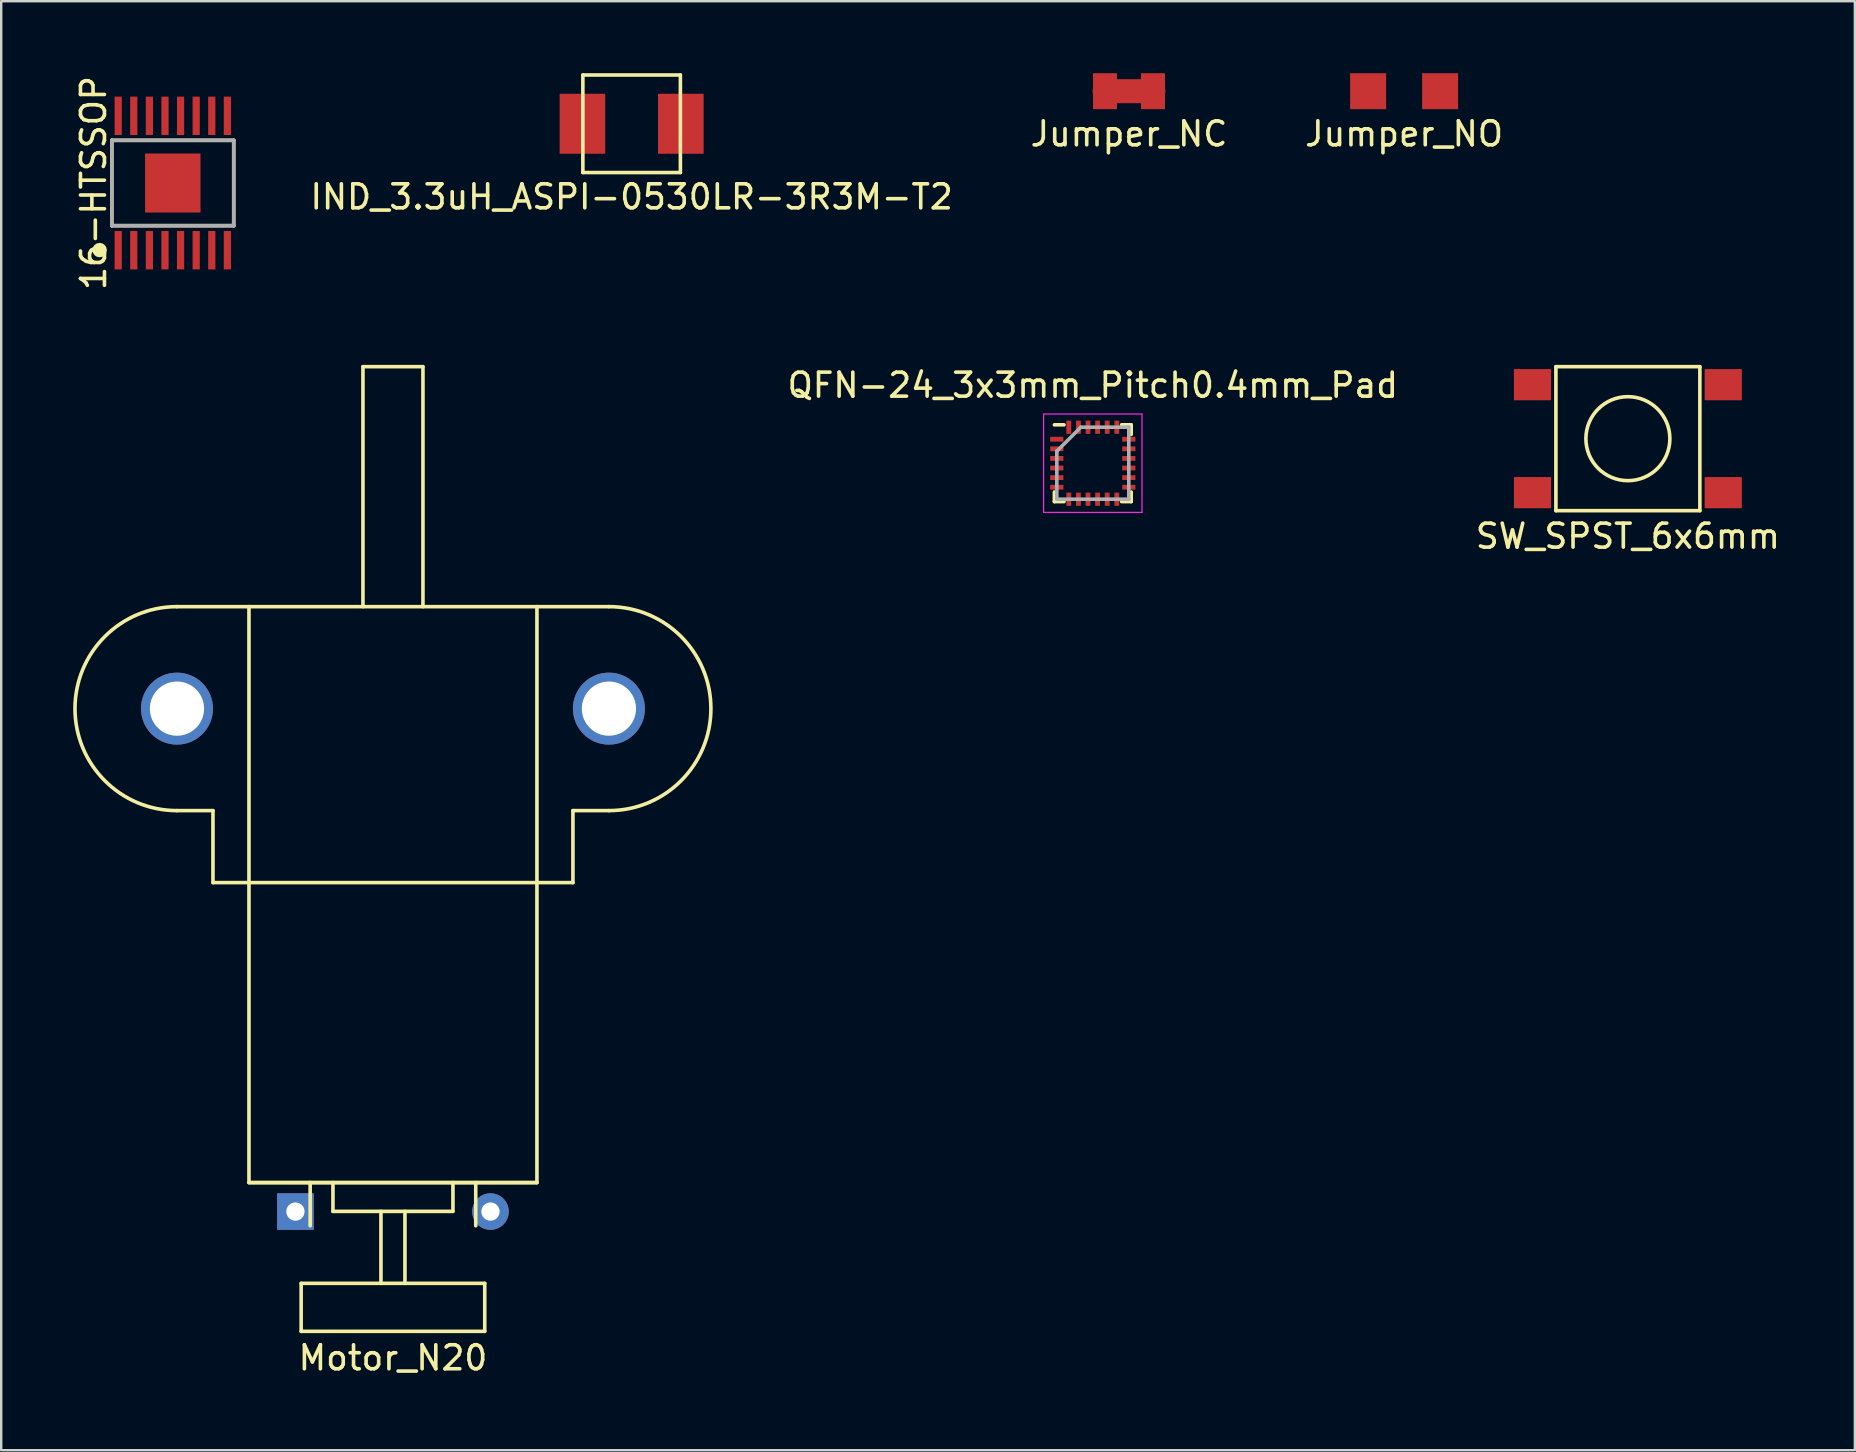
<source format=kicad_pcb>
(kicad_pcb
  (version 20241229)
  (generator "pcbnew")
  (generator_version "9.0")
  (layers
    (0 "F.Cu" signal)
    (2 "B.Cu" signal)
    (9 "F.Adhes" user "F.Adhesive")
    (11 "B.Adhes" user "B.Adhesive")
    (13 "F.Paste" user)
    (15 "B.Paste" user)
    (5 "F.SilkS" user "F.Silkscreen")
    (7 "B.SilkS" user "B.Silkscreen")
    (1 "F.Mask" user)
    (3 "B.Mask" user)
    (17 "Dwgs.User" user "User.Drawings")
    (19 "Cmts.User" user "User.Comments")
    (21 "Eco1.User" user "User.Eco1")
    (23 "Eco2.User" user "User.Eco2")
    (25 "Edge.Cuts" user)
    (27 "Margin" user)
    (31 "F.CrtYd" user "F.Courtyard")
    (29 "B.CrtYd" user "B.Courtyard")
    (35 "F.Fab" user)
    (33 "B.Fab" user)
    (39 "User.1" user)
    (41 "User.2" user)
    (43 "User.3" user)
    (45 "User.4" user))
  (footprint "SW_SPST_6x6mm"
    (layer "F.Cu")
    (at 64.787 15.23)
    (property "Reference" "SW_SPST_6x6mm" (at 0 4.064 0) (layer "F.SilkS") (effects (font (size 1 1) (thickness 0.15))))
    (attr through_hole)
    (fp_line (start -3 -3) (end -3 3) (stroke (width 0.15) (type solid)) (layer "F.SilkS"))
    (fp_line (start -3 -3) (end 3 -3) (stroke (width 0.15) (type solid)) (layer "F.SilkS"))
    (fp_line (start -3 3) (end 3 3) (stroke (width 0.15) (type solid)) (layer "F.SilkS"))
    (fp_line (start 3 -3) (end 3 3) (stroke (width 0.15) (type solid)) (layer "F.SilkS"))
    (fp_circle (center 0 0) (end 0 1.75) (stroke (width 0.15) (type solid)) (fill no) (layer "F.SilkS"))
    (pad "1" smd rect (at -3.975 -2.25) (size 1.55 1.3) (layers "F.Cu" "F.Mask" "F.Paste"))
    (pad "1" smd rect (at 3.975 -2.25) (size 1.55 1.3) (layers "F.Cu" "F.Mask" "F.Paste"))
    (pad "2" smd rect (at -3.975 2.25) (size 1.55 1.3) (layers "F.Cu" "F.Mask" "F.Paste"))
    (pad "2" smd rect (at 3.975 2.25) (size 1.55 1.3) (layers "F.Cu" "F.Mask" "F.Paste")))
  (footprint "Jumper_NO"
    (layer "F.Cu")
    (at 55.462 0.75)
    (property "Reference" "Jumper_NO" (at 0 1.778 0) (layer "F.SilkS") (effects (font (size 1 1) (thickness 0.15))))
    (attr through_hole)
    (fp_line (start -1.524 0) (end 1.524 0) (stroke (width 1.5) (type solid)) (layer "F.Mask"))
    (pad "1" smd rect (at -1.5 0) (size 1.5 1.5) (layers "F.Cu" "F.Mask" "F.Paste"))
    (pad "2" smd rect (at 1.5 0) (size 1.5 1.5) (layers "F.Cu" "F.Mask" "F.Paste")))
  (footprint "16-HTSSOP"
    (layer "F.Cu")
    (at 4.15 4.577)
    (property "Reference" "16-HTSSOP" (at -3.302 0 90) (layer "F.SilkS") (effects (font (size 1 1) (thickness 0.15))))
    (attr through_hole)
    (fp_line (start -2.54 -1.778) (end -2.54 1.778) (stroke (width 0.15) (type solid)) (layer "F.SilkS"))
    (fp_line (start -2.54 1.778) (end 2.54 1.778) (stroke (width 0.15) (type solid)) (layer "F.SilkS"))
    (fp_line (start 2.54 -1.778) (end -2.54 -1.778) (stroke (width 0.15) (type solid)) (layer "F.SilkS"))
    (fp_line (start 2.54 1.778) (end 2.54 -1.778) (stroke (width 0.15) (type solid)) (layer "F.SilkS"))
    (fp_circle (center -3.048 2.794) (end -2.897 2.794) (stroke (width 0.3) (type solid)) (fill no) (layer "F.SilkS"))
    (fp_line (start -2.54 -1.778) (end -2.54 1.778) (stroke (width 0.15) (type solid)) (layer "F.Fab"))
    (fp_line (start -2.54 1.778) (end 2.54 1.778) (stroke (width 0.15) (type solid)) (layer "F.Fab"))
    (fp_line (start 2.54 -1.778) (end -2.54 -1.778) (stroke (width 0.15) (type solid)) (layer "F.Fab"))
    (fp_line (start 2.54 1.778) (end 2.54 -1.778) (stroke (width 0.15) (type solid)) (layer "F.Fab"))
    (pad "1" smd rect (at -2.275 2.8) (size 0.3 1.6) (layers "F.Cu" "F.Mask" "F.Paste"))
    (pad "2" smd rect (at -1.625 2.8) (size 0.3 1.6) (layers "F.Cu" "F.Mask" "F.Paste"))
    (pad "3" smd rect (at -0.975 2.8) (size 0.3 1.6) (layers "F.Cu" "F.Mask" "F.Paste"))
    (pad "4" smd rect (at -0.325 2.8) (size 0.3 1.6) (layers "F.Cu" "F.Mask" "F.Paste"))
    (pad "5" smd rect (at 0.325 2.8) (size 0.3 1.6) (layers "F.Cu" "F.Mask" "F.Paste"))
    (pad "6" smd rect (at 0.975 2.8) (size 0.3 1.6) (layers "F.Cu" "F.Mask" "F.Paste"))
    (pad "7" smd rect (at 1.625 2.8) (size 0.3 1.6) (layers "F.Cu" "F.Mask" "F.Paste"))
    (pad "8" smd rect (at 2.275 2.8) (size 0.3 1.6) (layers "F.Cu" "F.Mask" "F.Paste"))
    (pad "9" smd rect (at 2.275 -2.8) (size 0.3 1.6) (layers "F.Cu" "F.Mask" "F.Paste"))
    (pad "10" smd rect (at 1.625 -2.8) (size 0.3 1.6) (layers "F.Cu" "F.Mask" "F.Paste"))
    (pad "11" smd rect (at 0.975 -2.8) (size 0.3 1.6) (layers "F.Cu" "F.Mask" "F.Paste"))
    (pad "12" smd rect (at 0.325 -2.8) (size 0.3 1.6) (layers "F.Cu" "F.Mask" "F.Paste"))
    (pad "13" smd rect (at -0.325 -2.8) (size 0.3 1.6) (layers "F.Cu" "F.Mask" "F.Paste"))
    (pad "14" smd rect (at -0.975 -2.8) (size 0.3 1.6) (layers "F.Cu" "F.Mask" "F.Paste"))
    (pad "15" smd rect (at -1.625 -2.8) (size 0.3 1.6) (layers "F.Cu" "F.Mask" "F.Paste"))
    (pad "16" smd rect (at -2.275 -2.8) (size 0.3 1.6) (layers "F.Cu" "F.Mask" "F.Paste"))
    (pad "17" smd rect (at 0 0) (size 2.31 2.46) (layers "F.Cu" "F.Mask" "F.Paste")))
  (footprint "Motor_N20"
    (layer "F.Cu")
    (at 13.325 34.23)
    (property "Reference" "Motor_N20" (at 0 19.304 0) (layer "F.SilkS") (effects (font (size 1 1) (thickness 0.15))))
    (attr through_hole)
    (fp_line (start -7.5 -3.5) (end -9 -3.5) (stroke (width 0.15) (type solid)) (layer "F.SilkS"))
    (fp_line (start -7.5 -3.5) (end -7.5 -0.5) (stroke (width 0.15) (type solid)) (layer "F.SilkS"))
    (fp_line (start -7.5 -0.5) (end 7.5 -0.5) (stroke (width 0.15) (type solid)) (layer "F.SilkS"))
    (fp_line (start -6 12) (end -6 -12) (stroke (width 0.15) (type solid)) (layer "F.SilkS"))
    (fp_line (start -3.825 16.2) (end -3.825 18.2) (stroke (width 0.15) (type solid)) (layer "F.SilkS"))
    (fp_line (start -3.825 16.2) (end 3.825 16.2) (stroke (width 0.15) (type solid)) (layer "F.SilkS"))
    (fp_line (start -3.825 18.2) (end 3.825 18.2) (stroke (width 0.15) (type solid)) (layer "F.SilkS"))
    (fp_line (start -3.45 12) (end -3.45 13.8) (stroke (width 0.15) (type solid)) (layer "F.SilkS"))
    (fp_line (start -2.5 12) (end -2.5 13.2) (stroke (width 0.15) (type solid)) (layer "F.SilkS"))
    (fp_line (start -2.5 13.2) (end 2.5 13.2) (stroke (width 0.15) (type solid)) (layer "F.SilkS"))
    (fp_line (start -1.25 -12) (end -1.25 -22) (stroke (width 0.15) (type solid)) (layer "F.SilkS"))
    (fp_line (start -0.5 13.2) (end -0.5 16.2) (stroke (width 0.15) (type solid)) (layer "F.SilkS"))
    (fp_line (start 0.5 13.2) (end 0.5 16.2) (stroke (width 0.15) (type solid)) (layer "F.SilkS"))
    (fp_line (start 1.25 -22) (end -1.25 -22) (stroke (width 0.15) (type solid)) (layer "F.SilkS"))
    (fp_line (start 1.25 -12) (end 1.25 -22) (stroke (width 0.15) (type solid)) (layer "F.SilkS"))
    (fp_line (start 2.5 12) (end 2.5 13.2) (stroke (width 0.15) (type solid)) (layer "F.SilkS"))
    (fp_line (start 3.45 12) (end 3.45 13.8) (stroke (width 0.15) (type solid)) (layer "F.SilkS"))
    (fp_line (start 3.825 16.2) (end 3.825 18.2) (stroke (width 0.15) (type solid)) (layer "F.SilkS"))
    (fp_line (start 6 12) (end -6 12) (stroke (width 0.15) (type solid)) (layer "F.SilkS"))
    (fp_line (start 6 12) (end -6 12) (stroke (width 0.15) (type solid)) (layer "F.SilkS"))
    (fp_line (start 6 12) (end 6 -12) (stroke (width 0.15) (type solid)) (layer "F.SilkS"))
    (fp_line (start 7.5 -3.5) (end 7.5 -0.5) (stroke (width 0.15) (type solid)) (layer "F.SilkS"))
    (fp_line (start 7.5 -3.5) (end 9 -3.5) (stroke (width 0.15) (type solid)) (layer "F.SilkS"))
    (fp_line (start 9 -12) (end -9 -12) (stroke (width 0.15) (type solid)) (layer "F.SilkS"))
    (fp_arc (start -9 -3.5) (mid -13.25 -7.75) (end -9 -12) (stroke (width 0.15) (type solid)) (layer "F.SilkS"))
    (fp_arc (start 9 -12) (mid 13.25 -7.75) (end 9 -3.5) (stroke (width 0.15) (type solid)) (layer "F.SilkS"))
    (pad "1" thru_hole rect (at -4.064 13.208) (size 1.524 1.524) (drill 0.762) (layers "*.Cu" "*.Mask"))
    (pad "2" thru_hole circle (at 4.064 13.208) (size 1.524 1.524) (drill 0.762) (layers "*.Cu" "*.Mask"))
    (pad "~" thru_hole circle (at -9 -7.75) (size 3 3) (drill 2.26) (layers "*.Cu" "*.Mask"))
    (pad "~" thru_hole circle (at 9 -7.75) (size 3 3) (drill 2.26) (layers "*.Cu" "*.Mask")))
  (footprint "QFN-24_3x3mm_Pitch0.4mm_Pad"
    (layer "F.Cu")
    (at 42.489 16.253)
    (property "Reference" "QFN-24_3x3mm_Pitch0.4mm_Pad" (at 0 -3.25 0) (layer "F.SilkS") (effects (font (size 1 1) (thickness 0.15))))
    (attr smd)
    (fp_line (start -1.6 -1.6) (end -1.2 -1.6) (stroke (width 0.15) (type solid)) (layer "F.SilkS"))
    (fp_line (start -1.6 1.6) (end -1.6 1.2) (stroke (width 0.15) (type solid)) (layer "F.SilkS"))
    (fp_line (start -1.6 1.6) (end -1.2 1.6) (stroke (width 0.15) (type solid)) (layer "F.SilkS"))
    (fp_line (start 1.6 -1.6) (end 1.2 -1.6) (stroke (width 0.15) (type solid)) (layer "F.SilkS"))
    (fp_line (start 1.6 -1.6) (end 1.6 -1.2) (stroke (width 0.15) (type solid)) (layer "F.SilkS"))
    (fp_line (start 1.6 1.6) (end 1.2 1.6) (stroke (width 0.15) (type solid)) (layer "F.SilkS"))
    (fp_line (start 1.6 1.6) (end 1.6 1.2) (stroke (width 0.15) (type solid)) (layer "F.SilkS"))
    (fp_line (start -2.05 -2.05) (end 2.05 -2.05) (stroke (width 0.05) (type solid)) (layer "F.CrtYd"))
    (fp_line (start -2.05 2.05) (end -2.05 -2.05) (stroke (width 0.05) (type solid)) (layer "F.CrtYd"))
    (fp_line (start 2.05 -2.05) (end 2.05 2.05) (stroke (width 0.05) (type solid)) (layer "F.CrtYd"))
    (fp_line (start 2.05 2.05) (end -2.05 2.05) (stroke (width 0.05) (type solid)) (layer "F.CrtYd"))
    (fp_line (start -1.5 -0.5) (end -0.5 -1.5) (stroke (width 0.15) (type solid)) (layer "F.Fab"))
    (fp_line (start -1.5 1.5) (end -1.5 -0.5) (stroke (width 0.15) (type solid)) (layer "F.Fab"))
    (fp_line (start -0.5 -1.5) (end 1.5 -1.5) (stroke (width 0.15) (type solid)) (layer "F.Fab"))
    (fp_line (start 1.5 -1.5) (end 1.5 1.5) (stroke (width 0.15) (type solid)) (layer "F.Fab"))
    (fp_line (start 1.5 1.5) (end -1.5 1.5) (stroke (width 0.15) (type solid)) (layer "F.Fab"))
    (pad "1" smd rect (at -1.5 -1) (size 0.55 0.2) (layers "F.Cu" "F.Mask" "F.Paste"))
    (pad "2" smd rect (at -1.5 -0.6) (size 0.55 0.2) (layers "F.Cu" "F.Mask" "F.Paste"))
    (pad "3" smd rect (at -1.5 -0.2) (size 0.55 0.2) (layers "F.Cu" "F.Mask" "F.Paste"))
    (pad "4" smd rect (at -1.5 0.2) (size 0.55 0.2) (layers "F.Cu" "F.Mask" "F.Paste"))
    (pad "5" smd rect (at -1.5 0.6) (size 0.55 0.2) (layers "F.Cu" "F.Mask" "F.Paste"))
    (pad "6" smd rect (at -1.5 1) (size 0.55 0.2) (layers "F.Cu" "F.Mask" "F.Paste"))
    (pad "7" smd rect (at -1 1.5 90) (size 0.55 0.2) (layers "F.Cu" "F.Mask" "F.Paste"))
    (pad "8" smd rect (at -0.6 1.5 90) (size 0.55 0.2) (layers "F.Cu" "F.Mask" "F.Paste"))
    (pad "9" smd rect (at -0.2 1.5 90) (size 0.55 0.2) (layers "F.Cu" "F.Mask" "F.Paste"))
    (pad "10" smd rect (at 0.2 1.5 90) (size 0.55 0.2) (layers "F.Cu" "F.Mask" "F.Paste"))
    (pad "11" smd rect (at 0.6 1.5 90) (size 0.55 0.2) (layers "F.Cu" "F.Mask" "F.Paste"))
    (pad "12" smd rect (at 1 1.5 90) (size 0.55 0.2) (layers "F.Cu" "F.Mask" "F.Paste"))
    (pad "13" smd rect (at 1.5 1) (size 0.55 0.2) (layers "F.Cu" "F.Mask" "F.Paste"))
    (pad "14" smd rect (at 1.5 0.6) (size 0.55 0.2) (layers "F.Cu" "F.Mask" "F.Paste"))
    (pad "15" smd rect (at 1.5 0.2) (size 0.55 0.2) (layers "F.Cu" "F.Mask" "F.Paste"))
    (pad "16" smd rect (at 1.5 -0.2) (size 0.55 0.2) (layers "F.Cu" "F.Mask" "F.Paste"))
    (pad "17" smd rect (at 1.5 -0.6) (size 0.55 0.2) (layers "F.Cu" "F.Mask" "F.Paste"))
    (pad "18" smd rect (at 1.5 -1) (size 0.55 0.2) (layers "F.Cu" "F.Mask" "F.Paste"))
    (pad "19" smd rect (at 1 -1.5 90) (size 0.55 0.2) (layers "F.Cu" "F.Mask" "F.Paste"))
    (pad "20" smd rect (at 0.6 -1.5 90) (size 0.55 0.2) (layers "F.Cu" "F.Mask" "F.Paste"))
    (pad "21" smd rect (at 0.2 -1.5 90) (size 0.55 0.2) (layers "F.Cu" "F.Mask" "F.Paste"))
    (pad "22" smd rect (at -0.2 -1.5 90) (size 0.55 0.2) (layers "F.Cu" "F.Mask" "F.Paste"))
    (pad "23" smd rect (at -0.6 -1.5 90) (size 0.55 0.2) (layers "F.Cu" "F.Mask" "F.Paste"))
    (pad "24" smd rect (at -1 -1.5 90) (size 0.55 0.2) (layers "F.Cu" "F.Mask" "F.Paste")))
  (footprint "IND_3.3uH_ASPI-0530LR-3R3M-T2"
    (layer "F.Cu")
    (at 23.271 2.107)
    (property "Reference" "IND_3.3uH_ASPI-0530LR-3R3M-T2" (at 0 3.048 0) (layer "F.SilkS") (effects (font (size 1 1) (thickness 0.15))))
    (attr through_hole)
    (fp_line (start -2.032 -2.032) (end -2.032 2.032) (stroke (width 0.15) (type solid)) (layer "F.SilkS"))
    (fp_line (start -2.032 2.032) (end 2.032 2.032) (stroke (width 0.15) (type solid)) (layer "F.SilkS"))
    (fp_line (start 2.032 -2.032) (end -2.032 -2.032) (stroke (width 0.15) (type solid)) (layer "F.SilkS"))
    (fp_line (start 2.032 2.032) (end 2.032 -2.032) (stroke (width 0.15) (type solid)) (layer "F.SilkS"))
    (pad "1" smd rect (at -2.05 0) (size 1.9 2.5) (layers "F.Cu" "F.Mask" "F.Paste"))
    (pad "2" smd rect (at 2.05 0) (size 1.9 2.5) (layers "F.Cu" "F.Mask" "F.Paste")))
  (footprint "Jumper_NC"
    (layer "F.Cu")
    (at 43.997 0.75)
    (property "Reference" "Jumper_NC" (at 0 1.778 0) (layer "F.SilkS") (effects (font (size 1 1) (thickness 0.15))))
    (attr through_hole)
    (fp_line (start -1.016 0) (end 1.016 0) (stroke (width 1) (type solid)) (layer "F.Cu"))
    (fp_line (start -0.762 0) (end 0.762 0) (stroke (width 1.5) (type solid)) (layer "F.Mask"))
    (pad "1" smd rect (at -1 0) (size 1 1.5) (layers "F.Cu" "F.Mask" "F.Paste"))
    (pad "2" smd rect (at 1 0) (size 1 1.5) (layers "F.Cu" "F.Mask" "F.Paste")))
  (gr_rect
    (start -3 -3)
    (end 74.245 57.382)
    (stroke (width 0.1) (type default))
    (fill no)
    (layer "Edge.Cuts")))
</source>
